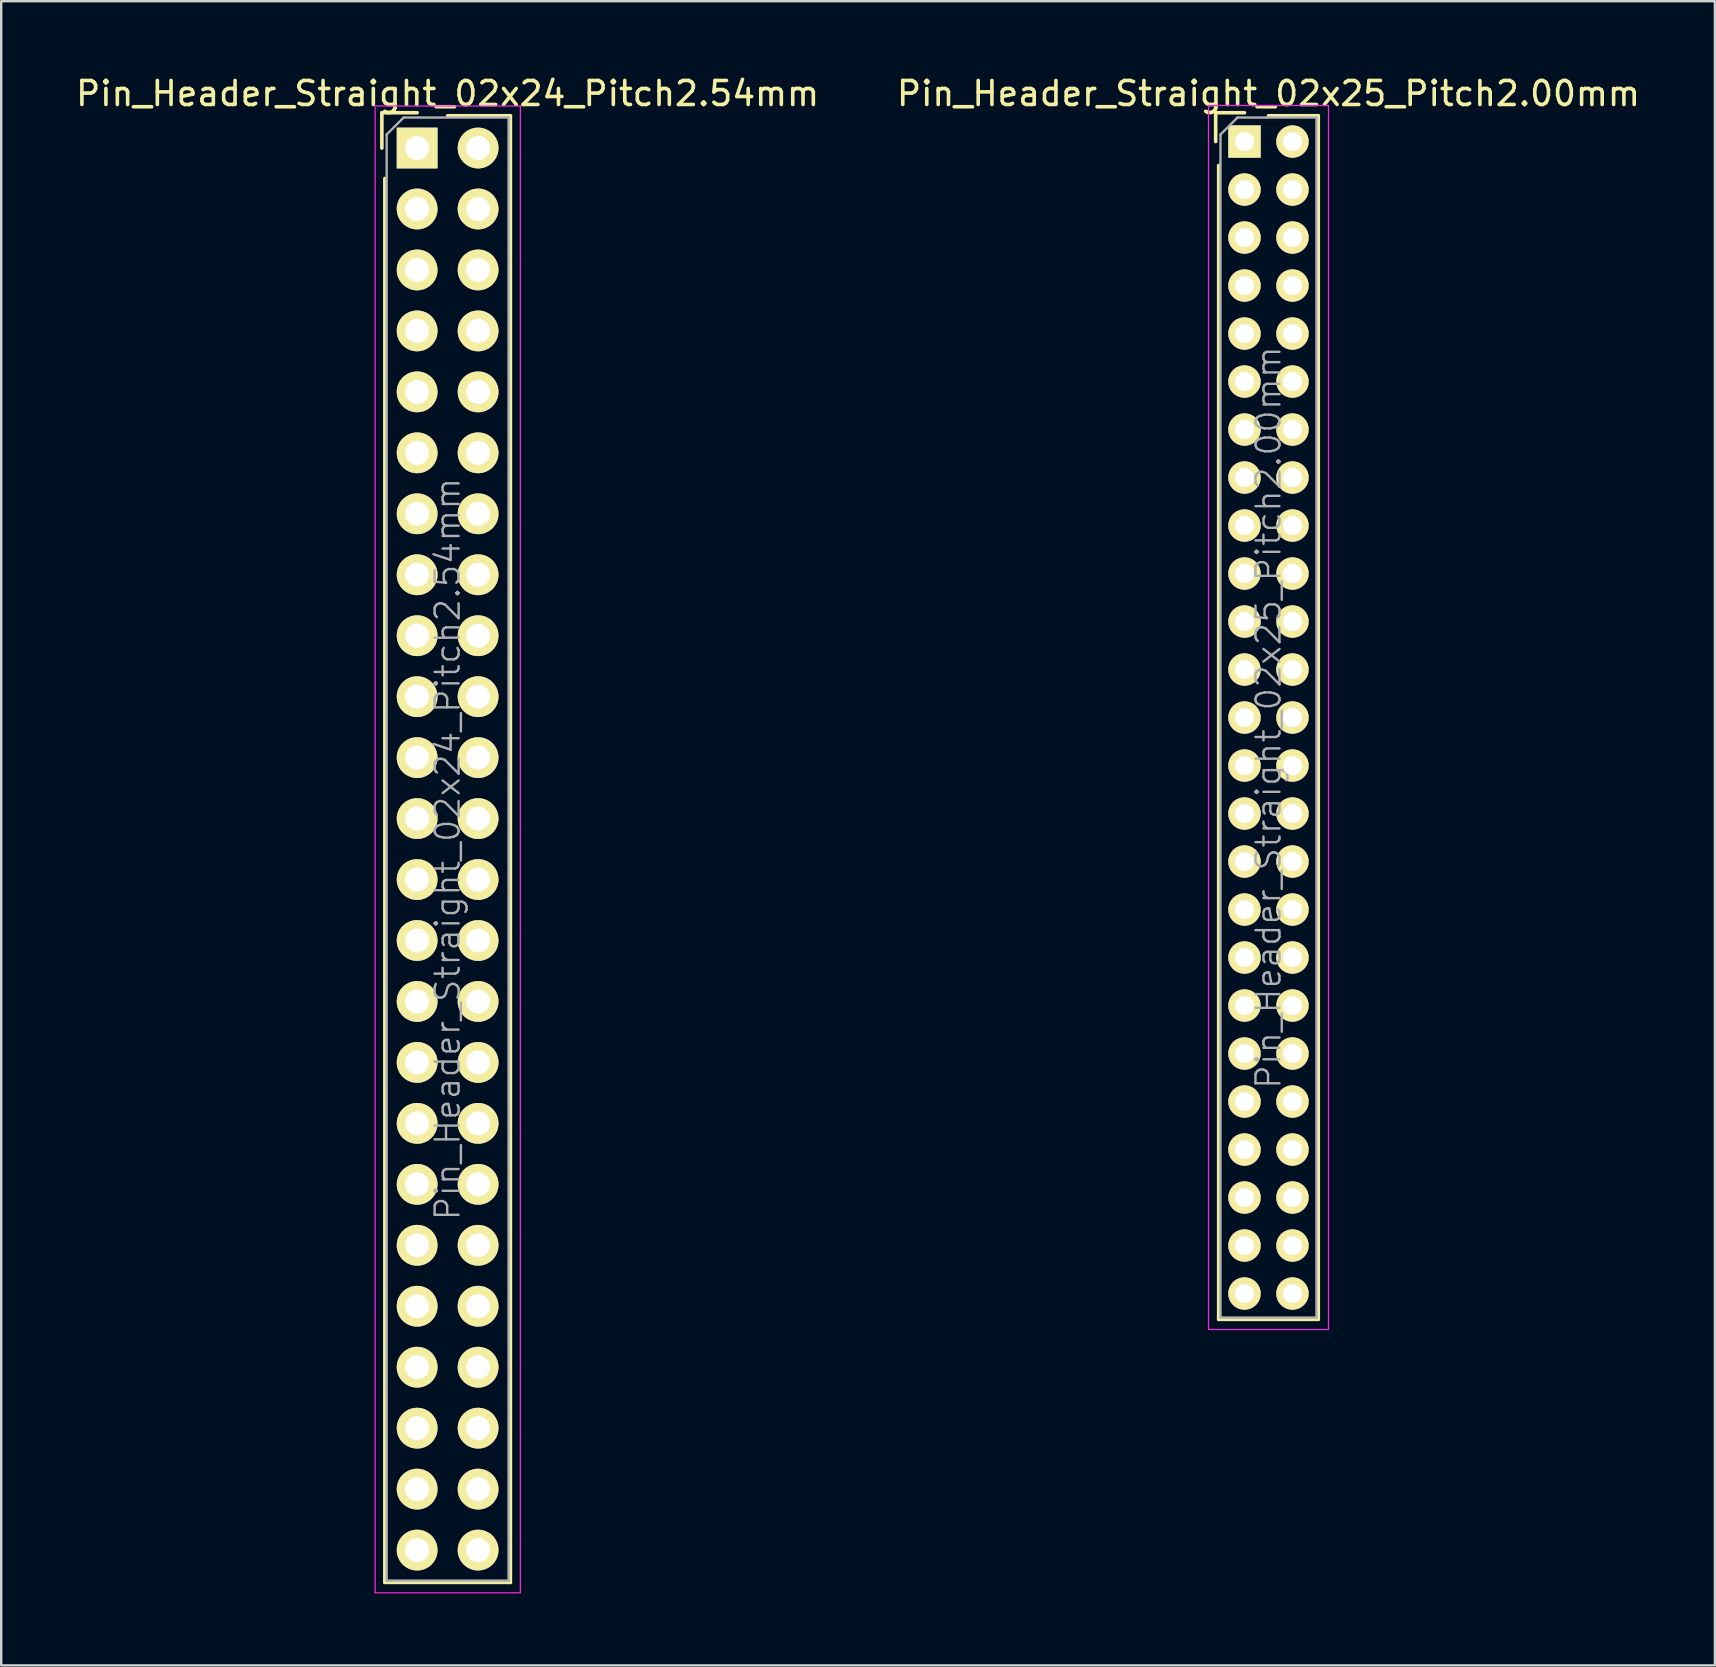
<source format=kicad_pcb>
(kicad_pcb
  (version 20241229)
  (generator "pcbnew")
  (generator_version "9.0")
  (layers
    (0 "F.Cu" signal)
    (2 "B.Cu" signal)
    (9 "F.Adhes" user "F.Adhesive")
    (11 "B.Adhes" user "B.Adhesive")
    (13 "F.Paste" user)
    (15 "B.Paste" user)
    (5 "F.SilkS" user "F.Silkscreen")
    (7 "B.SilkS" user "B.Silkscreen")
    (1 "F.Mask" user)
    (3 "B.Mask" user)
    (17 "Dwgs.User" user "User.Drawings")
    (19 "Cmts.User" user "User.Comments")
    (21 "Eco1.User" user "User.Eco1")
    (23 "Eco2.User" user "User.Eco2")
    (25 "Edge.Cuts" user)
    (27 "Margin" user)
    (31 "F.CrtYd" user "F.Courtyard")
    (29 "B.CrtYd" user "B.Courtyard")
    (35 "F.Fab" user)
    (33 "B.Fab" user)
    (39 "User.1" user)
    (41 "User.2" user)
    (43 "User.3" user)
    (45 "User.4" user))
  (footprint "Pin_Header_Straight_02x24_Pitch2.54mm"
    (layer "F.Cu")
    (at 14.331 3.118)
    (property "Reference" "Pin_Header_Straight_02x24_Pitch2.54mm" (at 1.27 -2.27 0) (layer "F.SilkS") (effects (font (size 1 1) (thickness 0.15))))
    (attr smd)
    (fp_line (start -1.47 -1.47) (end -1.47 0) (stroke (width 0.15) (type solid)) (layer "F.SilkS"))
    (fp_line (start -1.47 -1.47) (end 0 -1.47) (stroke (width 0.15) (type solid)) (layer "F.SilkS"))
    (fp_line (start -1.345 1.27) (end -1.345 59.765) (stroke (width 0.15) (type solid)) (layer "F.SilkS"))
    (fp_line (start -1.345 59.765) (end 3.885 59.765) (stroke (width 0.15) (type solid)) (layer "F.SilkS"))
    (fp_line (start 1.27 -1.345) (end 3.885 -1.345) (stroke (width 0.15) (type solid)) (layer "F.SilkS"))
    (fp_line (start 3.885 -1.345) (end 3.885 59.765) (stroke (width 0.15) (type solid)) (layer "F.SilkS"))
    (fp_line (start -1.75 -1.75) (end -1.75 60.2) (stroke (width 0.05) (type solid)) (layer "F.CrtYd"))
    (fp_line (start 4.3 -1.75) (end -1.75 -1.75) (stroke (width 0.05) (type solid)) (layer "F.CrtYd"))
    (fp_line (start 4.3 -1.75) (end 4.3 60.2) (stroke (width 0.05) (type solid)) (layer "F.CrtYd"))
    (fp_line (start 4.3 60.2) (end -1.75 60.2) (stroke (width 0.05) (type solid)) (layer "F.CrtYd"))
    (fp_line (start -1.27 -0.563) (end -0.563 -1.27) (stroke (width 0.1) (type solid)) (layer "F.Fab"))
    (fp_line (start -1.27 59.69) (end -1.27 -0.563) (stroke (width 0.1) (type solid)) (layer "F.Fab"))
    (fp_line (start 3.81 -1.27) (end -0.563 -1.27) (stroke (width 0.1) (type solid)) (layer "F.Fab"))
    (fp_line (start 3.81 59.69) (end -1.27 59.69) (stroke (width 0.1) (type solid)) (layer "F.Fab"))
    (fp_line (start 3.81 59.69) (end 3.81 -1.27) (stroke (width 0.1) (type solid)) (layer "F.Fab"))
    (fp_text user "${REFERENCE}" (at 1.27 29.21 90) (layer "F.Fab") (effects (font (size 1 1) (thickness 0.1))))
    (pad "1" thru_hole rect (at 0 0) (size 1.7 1.7) (drill 1) (layers "*.Cu" "*.Mask" "F.SilkS"))
    (pad "2" thru_hole oval (at 2.54 0) (size 1.7 1.7) (drill 1) (layers "*.Cu" "*.Mask" "F.SilkS"))
    (pad "3" thru_hole oval (at 0 2.54) (size 1.7 1.7) (drill 1) (layers "*.Cu" "*.Mask" "F.SilkS"))
    (pad "4" thru_hole oval (at 2.54 2.54) (size 1.7 1.7) (drill 1) (layers "*.Cu" "*.Mask" "F.SilkS"))
    (pad "5" thru_hole oval (at 0 5.08) (size 1.7 1.7) (drill 1) (layers "*.Cu" "*.Mask" "F.SilkS"))
    (pad "6" thru_hole oval (at 2.54 5.08) (size 1.7 1.7) (drill 1) (layers "*.Cu" "*.Mask" "F.SilkS"))
    (pad "7" thru_hole oval (at 0 7.62) (size 1.7 1.7) (drill 1) (layers "*.Cu" "*.Mask" "F.SilkS"))
    (pad "8" thru_hole oval (at 2.54 7.62) (size 1.7 1.7) (drill 1) (layers "*.Cu" "*.Mask" "F.SilkS"))
    (pad "9" thru_hole oval (at 0 10.16) (size 1.7 1.7) (drill 1) (layers "*.Cu" "*.Mask" "F.SilkS"))
    (pad "10" thru_hole oval (at 2.54 10.16) (size 1.7 1.7) (drill 1) (layers "*.Cu" "*.Mask" "F.SilkS"))
    (pad "11" thru_hole oval (at 0 12.7) (size 1.7 1.7) (drill 1) (layers "*.Cu" "*.Mask" "F.SilkS"))
    (pad "12" thru_hole oval (at 2.54 12.7) (size 1.7 1.7) (drill 1) (layers "*.Cu" "*.Mask" "F.SilkS"))
    (pad "13" thru_hole oval (at 0 15.24) (size 1.7 1.7) (drill 1) (layers "*.Cu" "*.Mask" "F.SilkS"))
    (pad "14" thru_hole oval (at 2.54 15.24) (size 1.7 1.7) (drill 1) (layers "*.Cu" "*.Mask" "F.SilkS"))
    (pad "15" thru_hole oval (at 0 17.78) (size 1.7 1.7) (drill 1) (layers "*.Cu" "*.Mask" "F.SilkS"))
    (pad "16" thru_hole oval (at 2.54 17.78) (size 1.7 1.7) (drill 1) (layers "*.Cu" "*.Mask" "F.SilkS"))
    (pad "17" thru_hole oval (at 0 20.32) (size 1.7 1.7) (drill 1) (layers "*.Cu" "*.Mask" "F.SilkS"))
    (pad "18" thru_hole oval (at 2.54 20.32) (size 1.7 1.7) (drill 1) (layers "*.Cu" "*.Mask" "F.SilkS"))
    (pad "19" thru_hole oval (at 0 22.86) (size 1.7 1.7) (drill 1) (layers "*.Cu" "*.Mask" "F.SilkS"))
    (pad "20" thru_hole oval (at 2.54 22.86) (size 1.7 1.7) (drill 1) (layers "*.Cu" "*.Mask" "F.SilkS"))
    (pad "21" thru_hole oval (at 0 25.4) (size 1.7 1.7) (drill 1) (layers "*.Cu" "*.Mask" "F.SilkS"))
    (pad "22" thru_hole oval (at 2.54 25.4) (size 1.7 1.7) (drill 1) (layers "*.Cu" "*.Mask" "F.SilkS"))
    (pad "23" thru_hole oval (at 0 27.94) (size 1.7 1.7) (drill 1) (layers "*.Cu" "*.Mask" "F.SilkS"))
    (pad "24" thru_hole oval (at 2.54 27.94) (size 1.7 1.7) (drill 1) (layers "*.Cu" "*.Mask" "F.SilkS"))
    (pad "25" thru_hole oval (at 0 30.48) (size 1.7 1.7) (drill 1) (layers "*.Cu" "*.Mask" "F.SilkS"))
    (pad "26" thru_hole oval (at 2.54 30.48) (size 1.7 1.7) (drill 1) (layers "*.Cu" "*.Mask" "F.SilkS"))
    (pad "27" thru_hole oval (at 0 33.02) (size 1.7 1.7) (drill 1) (layers "*.Cu" "*.Mask" "F.SilkS"))
    (pad "28" thru_hole oval (at 2.54 33.02) (size 1.7 1.7) (drill 1) (layers "*.Cu" "*.Mask" "F.SilkS"))
    (pad "29" thru_hole oval (at 0 35.56) (size 1.7 1.7) (drill 1) (layers "*.Cu" "*.Mask" "F.SilkS"))
    (pad "30" thru_hole oval (at 2.54 35.56) (size 1.7 1.7) (drill 1) (layers "*.Cu" "*.Mask" "F.SilkS"))
    (pad "31" thru_hole oval (at 0 38.1) (size 1.7 1.7) (drill 1) (layers "*.Cu" "*.Mask" "F.SilkS"))
    (pad "32" thru_hole oval (at 2.54 38.1) (size 1.7 1.7) (drill 1) (layers "*.Cu" "*.Mask" "F.SilkS"))
    (pad "33" thru_hole oval (at 0 40.64) (size 1.7 1.7) (drill 1) (layers "*.Cu" "*.Mask" "F.SilkS"))
    (pad "34" thru_hole oval (at 2.54 40.64) (size 1.7 1.7) (drill 1) (layers "*.Cu" "*.Mask" "F.SilkS"))
    (pad "35" thru_hole oval (at 0 43.18) (size 1.7 1.7) (drill 1) (layers "*.Cu" "*.Mask" "F.SilkS"))
    (pad "36" thru_hole oval (at 2.54 43.18) (size 1.7 1.7) (drill 1) (layers "*.Cu" "*.Mask" "F.SilkS"))
    (pad "37" thru_hole oval (at 0 45.72) (size 1.7 1.7) (drill 1) (layers "*.Cu" "*.Mask" "F.SilkS"))
    (pad "38" thru_hole oval (at 2.54 45.72) (size 1.7 1.7) (drill 1) (layers "*.Cu" "*.Mask" "F.SilkS"))
    (pad "39" thru_hole oval (at 0 48.26) (size 1.7 1.7) (drill 1) (layers "*.Cu" "*.Mask" "F.SilkS"))
    (pad "40" thru_hole oval (at 2.54 48.26) (size 1.7 1.7) (drill 1) (layers "*.Cu" "*.Mask" "F.SilkS"))
    (pad "41" thru_hole oval (at 0 50.8) (size 1.7 1.7) (drill 1) (layers "*.Cu" "*.Mask" "F.SilkS"))
    (pad "42" thru_hole oval (at 2.54 50.8) (size 1.7 1.7) (drill 1) (layers "*.Cu" "*.Mask" "F.SilkS"))
    (pad "43" thru_hole oval (at 0 53.34) (size 1.7 1.7) (drill 1) (layers "*.Cu" "*.Mask" "F.SilkS"))
    (pad "44" thru_hole oval (at 2.54 53.34) (size 1.7 1.7) (drill 1) (layers "*.Cu" "*.Mask" "F.SilkS"))
    (pad "45" thru_hole oval (at 0 55.88) (size 1.7 1.7) (drill 1) (layers "*.Cu" "*.Mask" "F.SilkS"))
    (pad "46" thru_hole oval (at 2.54 55.88) (size 1.7 1.7) (drill 1) (layers "*.Cu" "*.Mask" "F.SilkS"))
    (pad "47" thru_hole oval (at 0 58.42) (size 1.7 1.7) (drill 1) (layers "*.Cu" "*.Mask" "F.SilkS"))
    (pad "48" thru_hole oval (at 2.54 58.42) (size 1.7 1.7) (drill 1) (layers "*.Cu" "*.Mask" "F.SilkS")))
  (footprint "Pin_Header_Straight_02x25_Pitch2.00mm"
    (layer "F.Cu")
    (at 48.804 2.848)
    (property "Reference" "Pin_Header_Straight_02x25_Pitch2.00mm" (at 1 -2 0) (layer "F.SilkS") (effects (font (size 1 1) (thickness 0.15))))
    (attr smd)
    (fp_line (start -1.2 -1.2) (end -1.2 0) (stroke (width 0.15) (type solid)) (layer "F.SilkS"))
    (fp_line (start -1.2 -1.2) (end 0 -1.2) (stroke (width 0.15) (type solid)) (layer "F.SilkS"))
    (fp_line (start -1.075 1) (end -1.075 49.075) (stroke (width 0.15) (type solid)) (layer "F.SilkS"))
    (fp_line (start -1.075 49.075) (end 3.075 49.075) (stroke (width 0.15) (type solid)) (layer "F.SilkS"))
    (fp_line (start 1 -1.075) (end 3.075 -1.075) (stroke (width 0.15) (type solid)) (layer "F.SilkS"))
    (fp_line (start 3.075 -1.075) (end 3.075 49.075) (stroke (width 0.15) (type solid)) (layer "F.SilkS"))
    (fp_line (start -1.5 -1.5) (end -1.5 49.5) (stroke (width 0.05) (type solid)) (layer "F.CrtYd"))
    (fp_line (start 3.5 -1.5) (end -1.5 -1.5) (stroke (width 0.05) (type solid)) (layer "F.CrtYd"))
    (fp_line (start 3.5 -1.5) (end 3.5 49.5) (stroke (width 0.05) (type solid)) (layer "F.CrtYd"))
    (fp_line (start 3.5 49.5) (end -1.5 49.5) (stroke (width 0.05) (type solid)) (layer "F.CrtYd"))
    (fp_line (start -1 -0.293) (end -0.293 -1) (stroke (width 0.1) (type solid)) (layer "F.Fab"))
    (fp_line (start -1 49) (end -1 -0.293) (stroke (width 0.1) (type solid)) (layer "F.Fab"))
    (fp_line (start 3 -1) (end -0.293 -1) (stroke (width 0.1) (type solid)) (layer "F.Fab"))
    (fp_line (start 3 49) (end -1 49) (stroke (width 0.1) (type solid)) (layer "F.Fab"))
    (fp_line (start 3 49) (end 3 -1) (stroke (width 0.1) (type solid)) (layer "F.Fab"))
    (fp_text user "${REFERENCE}" (at 1 24 90) (layer "F.Fab") (effects (font (size 1 1) (thickness 0.1))))
    (pad "1" thru_hole rect (at 0 0) (size 1.35 1.35) (drill 0.8) (layers "*.Cu" "*.Mask" "F.SilkS"))
    (pad "2" thru_hole oval (at 2 0) (size 1.35 1.35) (drill 0.8) (layers "*.Cu" "*.Mask" "F.SilkS"))
    (pad "3" thru_hole oval (at 0 2) (size 1.35 1.35) (drill 0.8) (layers "*.Cu" "*.Mask" "F.SilkS"))
    (pad "4" thru_hole oval (at 2 2) (size 1.35 1.35) (drill 0.8) (layers "*.Cu" "*.Mask" "F.SilkS"))
    (pad "5" thru_hole oval (at 0 4) (size 1.35 1.35) (drill 0.8) (layers "*.Cu" "*.Mask" "F.SilkS"))
    (pad "6" thru_hole oval (at 2 4) (size 1.35 1.35) (drill 0.8) (layers "*.Cu" "*.Mask" "F.SilkS"))
    (pad "7" thru_hole oval (at 0 6) (size 1.35 1.35) (drill 0.8) (layers "*.Cu" "*.Mask" "F.SilkS"))
    (pad "8" thru_hole oval (at 2 6) (size 1.35 1.35) (drill 0.8) (layers "*.Cu" "*.Mask" "F.SilkS"))
    (pad "9" thru_hole oval (at 0 8) (size 1.35 1.35) (drill 0.8) (layers "*.Cu" "*.Mask" "F.SilkS"))
    (pad "10" thru_hole oval (at 2 8) (size 1.35 1.35) (drill 0.8) (layers "*.Cu" "*.Mask" "F.SilkS"))
    (pad "11" thru_hole oval (at 0 10) (size 1.35 1.35) (drill 0.8) (layers "*.Cu" "*.Mask" "F.SilkS"))
    (pad "12" thru_hole oval (at 2 10) (size 1.35 1.35) (drill 0.8) (layers "*.Cu" "*.Mask" "F.SilkS"))
    (pad "13" thru_hole oval (at 0 12) (size 1.35 1.35) (drill 0.8) (layers "*.Cu" "*.Mask" "F.SilkS"))
    (pad "14" thru_hole oval (at 2 12) (size 1.35 1.35) (drill 0.8) (layers "*.Cu" "*.Mask" "F.SilkS"))
    (pad "15" thru_hole oval (at 0 14) (size 1.35 1.35) (drill 0.8) (layers "*.Cu" "*.Mask" "F.SilkS"))
    (pad "16" thru_hole oval (at 2 14) (size 1.35 1.35) (drill 0.8) (layers "*.Cu" "*.Mask" "F.SilkS"))
    (pad "17" thru_hole oval (at 0 16) (size 1.35 1.35) (drill 0.8) (layers "*.Cu" "*.Mask" "F.SilkS"))
    (pad "18" thru_hole oval (at 2 16) (size 1.35 1.35) (drill 0.8) (layers "*.Cu" "*.Mask" "F.SilkS"))
    (pad "19" thru_hole oval (at 0 18) (size 1.35 1.35) (drill 0.8) (layers "*.Cu" "*.Mask" "F.SilkS"))
    (pad "20" thru_hole oval (at 2 18) (size 1.35 1.35) (drill 0.8) (layers "*.Cu" "*.Mask" "F.SilkS"))
    (pad "21" thru_hole oval (at 0 20) (size 1.35 1.35) (drill 0.8) (layers "*.Cu" "*.Mask" "F.SilkS"))
    (pad "22" thru_hole oval (at 2 20) (size 1.35 1.35) (drill 0.8) (layers "*.Cu" "*.Mask" "F.SilkS"))
    (pad "23" thru_hole oval (at 0 22) (size 1.35 1.35) (drill 0.8) (layers "*.Cu" "*.Mask" "F.SilkS"))
    (pad "24" thru_hole oval (at 2 22) (size 1.35 1.35) (drill 0.8) (layers "*.Cu" "*.Mask" "F.SilkS"))
    (pad "25" thru_hole oval (at 0 24) (size 1.35 1.35) (drill 0.8) (layers "*.Cu" "*.Mask" "F.SilkS"))
    (pad "26" thru_hole oval (at 2 24) (size 1.35 1.35) (drill 0.8) (layers "*.Cu" "*.Mask" "F.SilkS"))
    (pad "27" thru_hole oval (at 0 26) (size 1.35 1.35) (drill 0.8) (layers "*.Cu" "*.Mask" "F.SilkS"))
    (pad "28" thru_hole oval (at 2 26) (size 1.35 1.35) (drill 0.8) (layers "*.Cu" "*.Mask" "F.SilkS"))
    (pad "29" thru_hole oval (at 0 28) (size 1.35 1.35) (drill 0.8) (layers "*.Cu" "*.Mask" "F.SilkS"))
    (pad "30" thru_hole oval (at 2 28) (size 1.35 1.35) (drill 0.8) (layers "*.Cu" "*.Mask" "F.SilkS"))
    (pad "31" thru_hole oval (at 0 30) (size 1.35 1.35) (drill 0.8) (layers "*.Cu" "*.Mask" "F.SilkS"))
    (pad "32" thru_hole oval (at 2 30) (size 1.35 1.35) (drill 0.8) (layers "*.Cu" "*.Mask" "F.SilkS"))
    (pad "33" thru_hole oval (at 0 32) (size 1.35 1.35) (drill 0.8) (layers "*.Cu" "*.Mask" "F.SilkS"))
    (pad "34" thru_hole oval (at 2 32) (size 1.35 1.35) (drill 0.8) (layers "*.Cu" "*.Mask" "F.SilkS"))
    (pad "35" thru_hole oval (at 0 34) (size 1.35 1.35) (drill 0.8) (layers "*.Cu" "*.Mask" "F.SilkS"))
    (pad "36" thru_hole oval (at 2 34) (size 1.35 1.35) (drill 0.8) (layers "*.Cu" "*.Mask" "F.SilkS"))
    (pad "37" thru_hole oval (at 0 36) (size 1.35 1.35) (drill 0.8) (layers "*.Cu" "*.Mask" "F.SilkS"))
    (pad "38" thru_hole oval (at 2 36) (size 1.35 1.35) (drill 0.8) (layers "*.Cu" "*.Mask" "F.SilkS"))
    (pad "39" thru_hole oval (at 0 38) (size 1.35 1.35) (drill 0.8) (layers "*.Cu" "*.Mask" "F.SilkS"))
    (pad "40" thru_hole oval (at 2 38) (size 1.35 1.35) (drill 0.8) (layers "*.Cu" "*.Mask" "F.SilkS"))
    (pad "41" thru_hole oval (at 0 40) (size 1.35 1.35) (drill 0.8) (layers "*.Cu" "*.Mask" "F.SilkS"))
    (pad "42" thru_hole oval (at 2 40) (size 1.35 1.35) (drill 0.8) (layers "*.Cu" "*.Mask" "F.SilkS"))
    (pad "43" thru_hole oval (at 0 42) (size 1.35 1.35) (drill 0.8) (layers "*.Cu" "*.Mask" "F.SilkS"))
    (pad "44" thru_hole oval (at 2 42) (size 1.35 1.35) (drill 0.8) (layers "*.Cu" "*.Mask" "F.SilkS"))
    (pad "45" thru_hole oval (at 0 44) (size 1.35 1.35) (drill 0.8) (layers "*.Cu" "*.Mask" "F.SilkS"))
    (pad "46" thru_hole oval (at 2 44) (size 1.35 1.35) (drill 0.8) (layers "*.Cu" "*.Mask" "F.SilkS"))
    (pad "47" thru_hole oval (at 0 46) (size 1.35 1.35) (drill 0.8) (layers "*.Cu" "*.Mask" "F.SilkS"))
    (pad "48" thru_hole oval (at 2 46) (size 1.35 1.35) (drill 0.8) (layers "*.Cu" "*.Mask" "F.SilkS"))
    (pad "49" thru_hole oval (at 0 48) (size 1.35 1.35) (drill 0.8) (layers "*.Cu" "*.Mask" "F.SilkS"))
    (pad "50" thru_hole oval (at 2 48) (size 1.35 1.35) (drill 0.8) (layers "*.Cu" "*.Mask" "F.SilkS")))
  (gr_rect
    (start -3 -3)
    (end 68.405 66.343)
    (stroke (width 0.1) (type default))
    (fill no)
    (layer "Edge.Cuts")))
</source>
